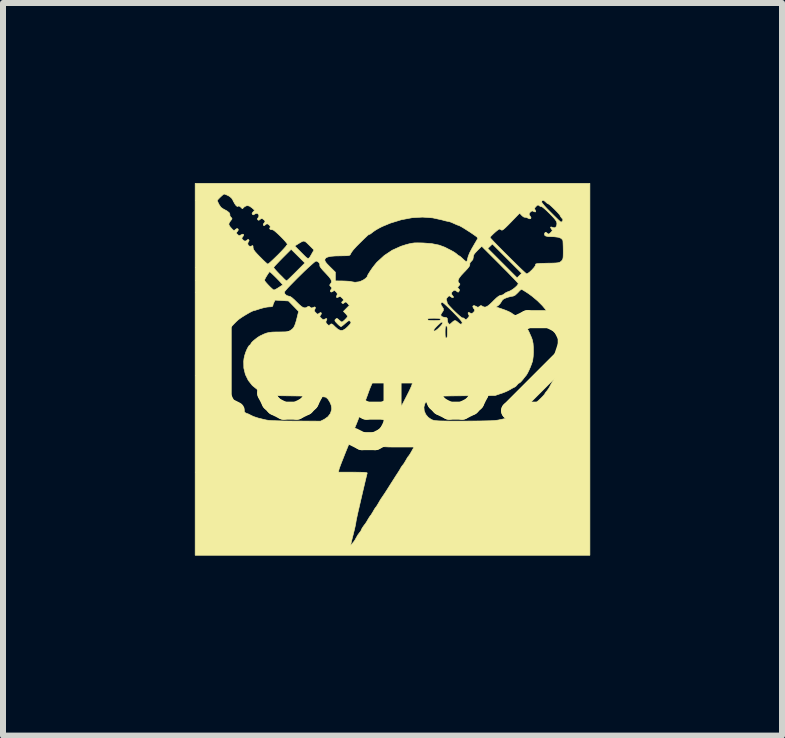
<source format=kicad_pcb>
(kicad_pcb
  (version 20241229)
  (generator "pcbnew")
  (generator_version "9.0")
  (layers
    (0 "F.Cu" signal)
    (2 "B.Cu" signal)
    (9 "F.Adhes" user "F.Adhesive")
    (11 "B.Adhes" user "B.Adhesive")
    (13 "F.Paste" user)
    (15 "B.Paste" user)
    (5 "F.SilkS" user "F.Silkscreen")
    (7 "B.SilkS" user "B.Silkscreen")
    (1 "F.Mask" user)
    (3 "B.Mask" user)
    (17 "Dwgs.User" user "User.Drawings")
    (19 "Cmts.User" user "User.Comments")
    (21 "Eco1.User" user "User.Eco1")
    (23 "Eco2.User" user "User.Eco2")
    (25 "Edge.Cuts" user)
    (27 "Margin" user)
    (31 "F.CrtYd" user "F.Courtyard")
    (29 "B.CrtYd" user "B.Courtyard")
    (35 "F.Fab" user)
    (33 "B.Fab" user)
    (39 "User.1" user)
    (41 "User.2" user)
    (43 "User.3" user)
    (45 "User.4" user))
  (footprint "logo2"
    (layer "F.Cu")
    (at 3.491 3.104)
    (property "Reference" "logo2" (at 0 0 0) (layer "F.SilkS") (effects (font (size 1.524 1.524) (thickness 0.3))))
    (attr through_hole)
    (fp_poly (pts (xy 3.289 3.099) (xy -3.289 3.099) (xy -3.289 1.714) (xy -0.902 1.714) (xy -0.659 1.714) (xy -0.572 1.715) (xy -0.507 1.716) (xy -0.462 1.718) (xy -0.435 1.722) (xy -0.423 1.726) (xy -0.422 1.73) (xy -0.427 1.748) (xy -0.436 1.785) (xy -0.449 1.838) (xy -0.464 1.903) (xy -0.475 1.949) (xy -0.496 2.038) (xy -0.519 2.137) (xy -0.542 2.236) (xy -0.562 2.323) (xy -0.566 2.338) (xy -0.581 2.405) (xy -0.594 2.465) (xy -0.604 2.512) (xy -0.609 2.542) (xy -0.61 2.549) (xy -0.613 2.57) (xy -0.621 2.61) (xy -0.633 2.664) (xy -0.649 2.728) (xy -0.654 2.749) (xy -0.673 2.823) (xy -0.686 2.876) (xy -0.693 2.909) (xy -0.696 2.927) (xy -0.694 2.932) (xy -0.687 2.926) (xy -0.679 2.915) (xy -0.656 2.885) (xy -0.642 2.868) (xy -0.625 2.842) (xy -0.606 2.808) (xy -0.604 2.805) (xy -0.581 2.764) (xy -0.553 2.726) (xy -0.552 2.725) (xy -0.532 2.699) (xy -0.521 2.68) (xy -0.521 2.677) (xy -0.514 2.661) (xy -0.498 2.634) (xy -0.478 2.605) (xy -0.461 2.583) (xy -0.457 2.578) (xy -0.447 2.564) (xy -0.429 2.536) (xy -0.413 2.508) (xy -0.392 2.473) (xy -0.375 2.447) (xy -0.368 2.438) (xy -0.357 2.425) (xy -0.339 2.395) (xy -0.323 2.369) (xy -0.303 2.333) (xy -0.286 2.307) (xy -0.279 2.299) (xy -0.268 2.285) (xy -0.25 2.256) (xy -0.234 2.229) (xy -0.21 2.187) (xy -0.186 2.149) (xy -0.175 2.134) (xy -0.157 2.107) (xy -0.13 2.067) (xy -0.101 2.022) (xy -0.099 2.019) (xy -0.039 1.924) (xy 0.012 1.844) (xy 0.057 1.773) (xy 0.079 1.74) (xy 0.105 1.699) (xy 0.127 1.663) (xy 0.138 1.642) (xy 0.157 1.613) (xy 0.169 1.598) (xy 0.185 1.578) (xy 0.206 1.544) (xy 0.222 1.517) (xy 0.242 1.482) (xy 0.259 1.456) (xy 0.266 1.448) (xy 0.277 1.434) (xy 0.296 1.405) (xy 0.317 1.368) (xy 0.358 1.295) (xy 0.084 1.295) (xy 0.003 1.295) (xy -0.068 1.294) (xy -0.126 1.291) (xy -0.167 1.289) (xy -0.189 1.286) (xy -0.191 1.284) (xy -0.185 1.269) (xy -0.168 1.233) (xy -0.14 1.175) (xy -0.1 1.096) (xy -0.048 0.995) (xy 0.016 0.871) (xy 0.019 0.864) (xy 0.038 0.827) (xy 0.054 0.797) (xy 0.055 0.794) (xy 0.066 0.772) (xy 0.086 0.734) (xy 0.111 0.686) (xy 0.131 0.648) (xy 0.14 0.63) (xy 0.523 0.63) (xy 0.528 0.69) (xy 0.552 0.749) (xy 0.594 0.8) (xy 0.649 0.838) (xy 0.653 0.839) (xy 0.668 0.845) (xy 0.685 0.85) (xy 0.707 0.854) (xy 0.737 0.857) (xy 0.777 0.86) (xy 0.83 0.861) (xy 0.898 0.862) (xy 0.985 0.863) (xy 1.092 0.863) (xy 1.187 0.863) (xy 1.334 0.862) (xy 1.457 0.861) (xy 1.557 0.859) (xy 1.638 0.857) (xy 1.699 0.853) (xy 1.744 0.848) (xy 1.759 0.846) (xy 1.83 0.831) (xy 1.901 0.814) (xy 1.967 0.795) (xy 2.023 0.778) (xy 2.062 0.762) (xy 2.075 0.755) (xy 2.102 0.741) (xy 2.119 0.737) (xy 2.143 0.729) (xy 2.184 0.707) (xy 2.239 0.671) (xy 2.306 0.625) (xy 2.315 0.619) (xy 2.349 0.592) (xy 2.391 0.557) (xy 2.434 0.518) (xy 2.475 0.479) (xy 2.509 0.444) (xy 2.532 0.418) (xy 2.54 0.404) (xy 2.548 0.39) (xy 2.567 0.366) (xy 2.571 0.362) (xy 2.597 0.327) (xy 2.621 0.287) (xy 2.623 0.282) (xy 2.646 0.239) (xy 2.671 0.194) (xy 2.675 0.188) (xy 2.698 0.145) (xy 2.715 0.1) (xy 2.717 0.093) (xy 2.726 0.056) (xy 2.74 0.006) (xy 2.755 -0.048) (xy 2.755 -0.049) (xy 2.782 -0.181) (xy 2.791 -0.312) (xy 2.783 -0.432) (xy 2.767 -0.513) (xy 2.746 -0.598) (xy 2.722 -0.68) (xy 2.696 -0.752) (xy 2.671 -0.807) (xy 2.668 -0.812) (xy 2.645 -0.853) (xy 2.623 -0.89) (xy 2.616 -0.903) (xy 2.565 -0.98) (xy 2.497 -1.061) (xy 2.417 -1.141) (xy 2.33 -1.214) (xy 2.271 -1.258) (xy 2.224 -1.289) (xy 2.184 -1.314) (xy 2.157 -1.329) (xy 2.148 -1.334) (xy 2.135 -1.325) (xy 2.111 -1.302) (xy 2.087 -1.276) (xy 2.044 -1.236) (xy 2.011 -1.22) (xy 2.005 -1.219) (xy 1.976 -1.215) (xy 1.934 -1.204) (xy 1.905 -1.195) (xy 1.86 -1.177) (xy 1.832 -1.156) (xy 1.814 -1.127) (xy 1.79 -1.091) (xy 1.761 -1.063) (xy 1.758 -1.061) (xy 1.724 -1.039) (xy 1.834 -1.002) (xy 1.889 -0.982) (xy 1.94 -0.96) (xy 1.978 -0.94) (xy 1.986 -0.934) (xy 2.014 -0.914) (xy 2.035 -0.903) (xy 2.038 -0.902) (xy 2.054 -0.894) (xy 2.075 -0.876) (xy 2.104 -0.849) (xy 2.134 -0.821) (xy 2.206 -0.738) (xy 2.268 -0.637) (xy 2.318 -0.524) (xy 2.331 -0.485) (xy 2.342 -0.431) (xy 2.347 -0.362) (xy 2.348 -0.286) (xy 2.344 -0.212) (xy 2.336 -0.15) (xy 2.332 -0.133) (xy 2.317 -0.089) (xy 2.297 -0.037) (xy 2.274 0.015) (xy 2.252 0.06) (xy 2.234 0.091) (xy 2.23 0.097) (xy 2.215 0.115) (xy 2.191 0.145) (xy 2.172 0.17) (xy 2.145 0.201) (xy 2.122 0.223) (xy 2.112 0.228) (xy 2.094 0.238) (xy 2.076 0.26) (xy 2.052 0.286) (xy 2.03 0.299) (xy 2.002 0.312) (xy 1.968 0.332) (xy 1.961 0.336) (xy 1.929 0.354) (xy 1.881 0.376) (xy 1.827 0.397) (xy 1.813 0.401) (xy 1.708 0.437) (xy 1.2 0.441) (xy 1.088 0.442) (xy 0.983 0.443) (xy 0.888 0.445) (xy 0.806 0.446) (xy 0.74 0.448) (xy 0.693 0.449) (xy 0.667 0.451) (xy 0.664 0.451) (xy 0.63 0.468) (xy 0.592 0.501) (xy 0.557 0.543) (xy 0.539 0.572) (xy 0.523 0.63) (xy 0.14 0.63) (xy 0.189 0.536) (xy 0.236 0.445) (xy 0.272 0.374) (xy 0.298 0.32) (xy 0.314 0.283) (xy 0.323 0.26) (xy 0.323 0.259) (xy 0.331 0.229) (xy -0.338 0.229) (xy -0.362 0.283) (xy -0.379 0.324) (xy -0.399 0.377) (xy -0.414 0.42) (xy -0.435 0.477) (xy -0.46 0.541) (xy -0.481 0.59) (xy -0.5 0.634) (xy -0.514 0.669) (xy -0.52 0.69) (xy -0.521 0.691) (xy -0.523 0.703) (xy -0.531 0.727) (xy -0.545 0.766) (xy -0.567 0.822) (xy -0.596 0.896) (xy -0.635 0.991) (xy -0.647 1.022) (xy -0.668 1.074) (xy -0.685 1.121) (xy -0.697 1.156) (xy -0.699 1.162) (xy -0.708 1.192) (xy -0.724 1.236) (xy -0.744 1.288) (xy -0.75 1.302) (xy -0.792 1.406) (xy -0.825 1.49) (xy -0.851 1.555) (xy -0.87 1.605) (xy -0.883 1.641) (xy -0.891 1.665) (xy -0.894 1.68) (xy -0.902 1.714) (xy -3.289 1.714) (xy -3.289 -0.298) (xy -2.915 -0.298) (xy -2.915 0.108) (xy -2.861 0.241) (xy -2.838 0.294) (xy -2.819 0.339) (xy -2.804 0.369) (xy -2.797 0.38) (xy -2.785 0.394) (xy -2.765 0.422) (xy -2.75 0.444) (xy -2.721 0.482) (xy -2.68 0.526) (xy -2.633 0.574) (xy -2.582 0.622) (xy -2.531 0.665) (xy -2.486 0.701) (xy -2.449 0.726) (xy -2.425 0.737) (xy -2.424 0.737) (xy -2.405 0.743) (xy -2.375 0.758) (xy -2.368 0.762) (xy -2.316 0.787) (xy -2.24 0.812) (xy -2.139 0.837) (xy -2.102 0.845) (xy -2.062 0.851) (xy -2 0.855) (xy -1.915 0.858) (xy -1.806 0.861) (xy -1.672 0.862) (xy -1.612 0.862) (xy -1.199 0.864) (xy -1.135 0.832) (xy -1.076 0.79) (xy -1.035 0.736) (xy -1.015 0.672) (xy -1.014 0.644) (xy -1.023 0.596) (xy -1.045 0.545) (xy -1.074 0.499) (xy -1.105 0.469) (xy -1.108 0.467) (xy -1.124 0.462) (xy -1.155 0.458) (xy -1.203 0.455) (xy -1.27 0.451) (xy -1.357 0.449) (xy -1.466 0.446) (xy -1.587 0.444) (xy -2.038 0.438) (xy -2.143 0.396) (xy -2.248 0.341) (xy -2.336 0.27) (xy -2.404 0.184) (xy -2.452 0.086) (xy -2.478 -0.021) (xy -2.48 -0.135) (xy -2.475 -0.18) (xy -2.464 -0.23) (xy -2.447 -0.283) (xy -2.426 -0.333) (xy -2.405 -0.373) (xy -2.386 -0.4) (xy -2.374 -0.406) (xy -2.363 -0.417) (xy -2.362 -0.423) (xy -2.352 -0.441) (xy -2.327 -0.468) (xy -2.291 -0.498) (xy -2.251 -0.529) (xy -2.212 -0.554) (xy -2.197 -0.561) (xy -2.143 -0.587) (xy -2.098 -0.604) (xy -2.055 -0.614) (xy -2.005 -0.62) (xy -1.943 -0.622) (xy -1.896 -0.622) (xy 0.876 -0.622) (xy 0.877 -0.57) (xy 0.88 -0.539) (xy 0.887 -0.524) (xy 0.895 -0.521) (xy 0.905 -0.525) (xy 0.911 -0.543) (xy 0.914 -0.577) (xy 0.914 -0.622) (xy 0.914 -0.674) (xy 0.91 -0.706) (xy 0.904 -0.721) (xy 0.895 -0.724) (xy 0.886 -0.719) (xy 0.88 -0.702) (xy 0.877 -0.667) (xy 0.876 -0.622) (xy -1.896 -0.622) (xy -1.829 -0.623) (xy -1.783 -0.624) (xy -1.751 -0.628) (xy -1.727 -0.634) (xy -1.707 -0.645) (xy -1.688 -0.657) (xy -1.665 -0.676) (xy -1.647 -0.697) (xy -1.632 -0.726) (xy -1.617 -0.766) (xy -1.6 -0.823) (xy -1.583 -0.892) (xy -1.565 -0.965) (xy -1.649 -1.052) (xy -1.734 -1.139) (xy -1.845 -1.146) (xy -1.957 -1.153) (xy -1.975 -1.117) (xy -1.989 -1.085) (xy -1.994 -1.061) (xy -2.001 -1.048) (xy -2.024 -1.042) (xy -2.052 -1.041) (xy -2.093 -1.037) (xy -2.147 -1.026) (xy -2.202 -1.011) (xy -2.205 -1.01) (xy -2.251 -0.995) (xy -2.288 -0.983) (xy -2.31 -0.978) (xy -2.312 -0.978) (xy -2.331 -0.971) (xy -2.366 -0.954) (xy -2.411 -0.929) (xy -2.46 -0.9) (xy -2.508 -0.87) (xy -2.549 -0.842) (xy -2.57 -0.826) (xy -2.606 -0.793) (xy -2.651 -0.747) (xy -2.697 -0.697) (xy -2.737 -0.65) (xy -2.754 -0.629) (xy -2.786 -0.583) (xy -2.812 -0.538) (xy -2.838 -0.485) (xy -2.866 -0.419) (xy -2.915 -0.298) (xy -3.289 -0.298) (xy -3.289 -1.284) (xy -1.803 -1.284) (xy -1.792 -1.254) (xy -1.765 -1.23) (xy -1.731 -1.219) (xy -1.728 -1.219) (xy -1.705 -1.213) (xy -1.675 -1.193) (xy -1.634 -1.157) (xy -1.606 -1.129) (xy -1.554 -1.078) (xy -1.514 -1.044) (xy -1.482 -1.027) (xy -1.456 -1.023) (xy -1.432 -1.032) (xy -1.426 -1.036) (xy -1.402 -1.049) (xy -1.386 -1.046) (xy -1.372 -1.035) (xy -1.35 -1.021) (xy -1.328 -1.027) (xy -1.323 -1.031) (xy -1.296 -1.04) (xy -1.285 -1.03) (xy -1.291 -1.005) (xy -1.294 -1.001) (xy -1.303 -0.981) (xy -1.297 -0.963) (xy -1.279 -0.943) (xy -1.256 -0.922) (xy -1.242 -0.919) (xy -1.226 -0.931) (xy -1.225 -0.932) (xy -1.202 -0.946) (xy -1.187 -0.94) (xy -1.187 -0.922) (xy -1.198 -0.904) (xy -1.211 -0.887) (xy -1.208 -0.873) (xy -1.188 -0.852) (xy -1.187 -0.85) (xy -1.163 -0.831) (xy -1.144 -0.829) (xy -1.129 -0.836) (xy -1.103 -0.847) (xy -1.093 -0.838) (xy -1.102 -0.813) (xy -1.103 -0.811) (xy -1.112 -0.79) (xy -1.105 -0.771) (xy -1.091 -0.754) (xy -1.07 -0.735) (xy -1.056 -0.732) (xy -1.039 -0.745) (xy -1.025 -0.756) (xy -1.012 -0.756) (xy -0.993 -0.744) (xy -0.964 -0.716) (xy -0.955 -0.707) (xy -0.908 -0.666) (xy -0.867 -0.647) (xy -0.828 -0.65) (xy -0.826 -0.651) (xy 0.686 -0.651) (xy 0.693 -0.636) (xy 0.714 -0.642) (xy 0.749 -0.668) (xy 0.777 -0.695) (xy 0.816 -0.737) (xy 0.836 -0.767) (xy 0.835 -0.784) (xy 0.823 -0.787) (xy 0.805 -0.779) (xy 0.778 -0.756) (xy 0.746 -0.726) (xy 0.716 -0.695) (xy 0.694 -0.668) (xy 0.686 -0.651) (xy -0.826 -0.651) (xy -0.785 -0.675) (xy -0.746 -0.711) (xy -0.713 -0.746) (xy -0.696 -0.768) (xy -0.693 -0.784) (xy -0.698 -0.794) (xy -0.714 -0.808) (xy -0.73 -0.81) (xy -0.751 -0.797) (xy -0.785 -0.769) (xy -0.792 -0.762) (xy -0.824 -0.735) (xy -0.849 -0.716) (xy -0.859 -0.711) (xy -0.874 -0.72) (xy -0.9 -0.741) (xy -0.921 -0.762) (xy -0.949 -0.792) (xy -0.96 -0.81) (xy -0.959 -0.823) (xy -0.949 -0.834) (xy -0.934 -0.847) (xy -0.919 -0.845) (xy -0.898 -0.828) (xy -0.892 -0.822) (xy -0.866 -0.8) (xy -0.847 -0.788) (xy -0.844 -0.787) (xy -0.828 -0.796) (xy -0.803 -0.817) (xy -0.788 -0.832) (xy 0.584 -0.832) (xy 0.589 -0.822) (xy 0.606 -0.816) (xy 0.639 -0.814) (xy 0.692 -0.813) (xy 0.746 -0.814) (xy 0.779 -0.817) (xy 0.796 -0.822) (xy 0.8 -0.832) (xy 0.795 -0.841) (xy 0.779 -0.847) (xy 0.745 -0.85) (xy 0.692 -0.851) (xy 0.638 -0.85) (xy 0.605 -0.847) (xy 0.589 -0.841) (xy 0.584 -0.832) (xy -0.788 -0.832) (xy -0.777 -0.843) (xy -0.756 -0.867) (xy -0.749 -0.881) (xy -0.757 -0.898) (xy -0.769 -0.913) (xy 0.805 -0.913) (xy 0.81 -0.888) (xy 0.838 -0.871) (xy 0.868 -0.866) (xy 0.899 -0.861) (xy 0.912 -0.849) (xy 0.914 -0.823) (xy 0.914 -0.821) (xy 0.92 -0.784) (xy 0.936 -0.758) (xy 0.953 -0.749) (xy 0.966 -0.758) (xy 0.988 -0.778) (xy 0.991 -0.781) (xy 1.017 -0.803) (xy 1.04 -0.813) (xy 1.041 -0.813) (xy 1.064 -0.804) (xy 1.09 -0.783) (xy 1.092 -0.781) (xy 1.124 -0.755) (xy 1.147 -0.752) (xy 1.161 -0.771) (xy 1.159 -0.784) (xy 1.145 -0.807) (xy 1.116 -0.841) (xy 1.072 -0.888) (xy 1.011 -0.951) (xy 1.007 -0.955) (xy 0.954 -1.007) (xy 0.907 -1.052) (xy 0.868 -1.088) (xy 0.841 -1.11) (xy 0.828 -1.118) (xy 0.809 -1.108) (xy 0.805 -1.086) (xy 0.816 -1.059) (xy 0.824 -1.049) (xy 0.847 -1.013) (xy 0.846 -0.977) (xy 0.823 -0.943) (xy 0.805 -0.913) (xy -0.769 -0.913) (xy -0.777 -0.923) (xy -0.784 -0.93) (xy -0.818 -0.965) (xy -0.719 -1.066) (xy -0.749 -1.098) (xy -0.77 -1.119) (xy -0.785 -1.122) (xy -0.802 -1.109) (xy -0.803 -1.109) (xy -0.824 -1.095) (xy -0.841 -1.102) (xy -0.841 -1.103) (xy -0.848 -1.118) (xy -0.832 -1.135) (xy -0.831 -1.136) (xy -0.816 -1.149) (xy -0.816 -1.156) (xy 0.896 -1.156) (xy 0.901 -1.144) (xy 0.91 -1.119) (xy 0.909 -1.107) (xy 0.915 -1.094) (xy 0.936 -1.068) (xy 0.968 -1.034) (xy 1.006 -0.994) (xy 1.048 -0.953) (xy 1.089 -0.915) (xy 1.125 -0.883) (xy 1.152 -0.862) (xy 1.166 -0.856) (xy 1.166 -0.856) (xy 1.184 -0.855) (xy 1.196 -0.845) (xy 1.213 -0.83) (xy 1.228 -0.83) (xy 1.249 -0.848) (xy 1.256 -0.856) (xy 1.275 -0.88) (xy 1.276 -0.898) (xy 1.268 -0.912) (xy 1.258 -0.938) (xy 1.267 -0.948) (xy 1.292 -0.939) (xy 1.293 -0.938) (xy 1.316 -0.929) (xy 1.336 -0.938) (xy 1.345 -0.946) (xy 1.368 -0.972) (xy 1.367 -0.995) (xy 1.35 -1.018) (xy 1.337 -1.043) (xy 1.343 -1.058) (xy 1.363 -1.061) (xy 1.391 -1.049) (xy 1.416 -1.035) (xy 1.432 -1.036) (xy 1.448 -1.048) (xy 1.467 -1.061) (xy 1.484 -1.059) (xy 1.502 -1.048) (xy 1.527 -1.037) (xy 1.552 -1.038) (xy 1.582 -1.052) (xy 1.62 -1.081) (xy 1.669 -1.128) (xy 1.682 -1.142) (xy 1.73 -1.188) (xy 1.766 -1.217) (xy 1.792 -1.23) (xy 1.804 -1.232) (xy 1.838 -1.241) (xy 1.861 -1.257) (xy 1.888 -1.277) (xy 1.926 -1.294) (xy 1.936 -1.296) (xy 1.968 -1.311) (xy 2.007 -1.335) (xy 2.045 -1.365) (xy 2.076 -1.395) (xy 2.093 -1.42) (xy 2.095 -1.428) (xy 2.087 -1.44) (xy 2.062 -1.468) (xy 2.024 -1.509) (xy 1.973 -1.561) (xy 1.913 -1.623) (xy 1.845 -1.691) (xy 1.791 -1.746) (xy 1.523 -2.014) (xy 1.587 -2.014) (xy 2.076 -1.524) (xy 2.114 -1.562) (xy 2.152 -1.6) (xy 1.908 -1.844) (xy 1.664 -2.088) (xy 1.626 -2.051) (xy 1.587 -2.014) (xy 1.523 -2.014) (xy 1.486 -2.051) (xy 1.416 -1.981) (xy 1.379 -1.942) (xy 1.357 -1.913) (xy 1.348 -1.888) (xy 1.346 -1.869) (xy 1.338 -1.828) (xy 1.313 -1.8) (xy 1.289 -1.773) (xy 1.288 -1.748) (xy 1.286 -1.732) (xy 1.274 -1.709) (xy 1.248 -1.676) (xy 1.206 -1.631) (xy 1.193 -1.618) (xy 1.141 -1.562) (xy 1.108 -1.518) (xy 1.093 -1.484) (xy 1.094 -1.458) (xy 1.11 -1.436) (xy 1.112 -1.435) (xy 1.123 -1.421) (xy 1.118 -1.406) (xy 1.105 -1.391) (xy 1.088 -1.37) (xy 1.089 -1.356) (xy 1.098 -1.347) (xy 1.115 -1.328) (xy 1.113 -1.308) (xy 1.105 -1.296) (xy 1.094 -1.285) (xy 1.079 -1.292) (xy 1.067 -1.302) (xy 1.042 -1.318) (xy 1.02 -1.313) (xy 1.019 -1.313) (xy 0.988 -1.285) (xy 0.982 -1.256) (xy 0.994 -1.235) (xy 1.011 -1.214) (xy 1.016 -1.202) (xy 1.007 -1.194) (xy 0.987 -1.199) (xy 0.965 -1.213) (xy 0.949 -1.224) (xy 0.933 -1.219) (xy 0.916 -1.201) (xy 0.897 -1.177) (xy 0.896 -1.156) (xy -0.816 -1.156) (xy -0.816 -1.161) (xy -0.832 -1.18) (xy -0.84 -1.188) (xy -0.864 -1.209) (xy -0.881 -1.213) (xy -0.899 -1.205) (xy -0.925 -1.195) (xy -0.936 -1.204) (xy -0.928 -1.23) (xy -0.927 -1.232) (xy -0.92 -1.255) (xy -0.928 -1.275) (xy -0.941 -1.29) (xy -0.962 -1.31) (xy -0.976 -1.312) (xy -0.993 -1.299) (xy -1.018 -1.287) (xy -1.034 -1.293) (xy -1.036 -1.312) (xy -1.024 -1.331) (xy -1.011 -1.35) (xy -1.015 -1.364) (xy -1.029 -1.378) (xy -1.046 -1.397) (xy -1.044 -1.412) (xy -1.035 -1.422) (xy -1.02 -1.446) (xy -1.017 -1.471) (xy -1.029 -1.502) (xy -1.058 -1.541) (xy -1.104 -1.591) (xy -1.118 -1.606) (xy -1.166 -1.657) (xy -1.196 -1.694) (xy -1.211 -1.719) (xy -1.212 -1.732) (xy -1.213 -1.758) (xy -1.232 -1.784) (xy -1.26 -1.801) (xy -1.275 -1.803) (xy -1.291 -1.795) (xy -1.321 -1.77) (xy -1.363 -1.733) (xy -1.414 -1.687) (xy -1.471 -1.633) (xy -1.531 -1.574) (xy -1.591 -1.515) (xy -1.649 -1.456) (xy -1.702 -1.402) (xy -1.747 -1.355) (xy -1.78 -1.317) (xy -1.8 -1.292) (xy -1.803 -1.284) (xy -3.289 -1.284) (xy -3.289 -1.483) (xy -2.134 -1.483) (xy -2.125 -1.467) (xy -2.103 -1.44) (xy -2.073 -1.407) (xy -2.04 -1.373) (xy -2.009 -1.344) (xy -1.985 -1.325) (xy -1.976 -1.321) (xy -1.96 -1.327) (xy -1.929 -1.343) (xy -1.9 -1.361) (xy -1.865 -1.384) (xy -1.839 -1.4) (xy -1.829 -1.406) (xy -1.835 -1.416) (xy -1.856 -1.439) (xy -1.886 -1.472) (xy -1.922 -1.509) (xy -1.96 -1.547) (xy -1.996 -1.582) (xy -2.025 -1.609) (xy -2.043 -1.624) (xy -2.047 -1.626) (xy -2.058 -1.616) (xy -2.076 -1.59) (xy -2.097 -1.557) (xy -2.117 -1.523) (xy -2.13 -1.495) (xy -2.134 -1.483) (xy -3.289 -1.483) (xy -3.289 -1.696) (xy -1.981 -1.696) (xy -1.973 -1.683) (xy -1.951 -1.657) (xy -1.919 -1.622) (xy -1.882 -1.583) (xy -1.843 -1.545) (xy -1.809 -1.51) (xy -1.782 -1.485) (xy -1.767 -1.474) (xy -1.765 -1.473) (xy -1.755 -1.482) (xy -1.729 -1.505) (xy -1.692 -1.541) (xy -1.646 -1.586) (xy -1.609 -1.623) (xy -1.46 -1.772) (xy -1.516 -1.828) (xy -1.128 -1.828) (xy -1.126 -1.808) (xy -1.114 -1.785) (xy -1.089 -1.755) (xy -1.048 -1.713) (xy -1.042 -1.707) (xy -0.953 -1.619) (xy -0.953 -1.473) (xy -0.835 -1.472) (xy -0.779 -1.47) (xy -0.73 -1.467) (xy -0.695 -1.463) (xy -0.686 -1.46) (xy -0.625 -1.45) (xy -0.561 -1.458) (xy -0.532 -1.467) (xy -0.489 -1.487) (xy -0.452 -1.512) (xy -0.426 -1.537) (xy -0.419 -1.553) (xy -0.412 -1.572) (xy -0.392 -1.605) (xy -0.365 -1.647) (xy -0.333 -1.693) (xy -0.299 -1.737) (xy -0.269 -1.774) (xy -0.259 -1.785) (xy -0.138 -1.896) (xy -0.006 -1.984) (xy 0.14 -2.05) (xy 0.221 -2.076) (xy 0.277 -2.091) (xy 0.321 -2.1) (xy 0.364 -2.106) (xy 0.412 -2.107) (xy 0.473 -2.106) (xy 0.513 -2.105) (xy 0.655 -2.094) (xy 0.775 -2.07) (xy 0.872 -2.034) (xy 0.88 -2.03) (xy 0.903 -2.018) (xy 0.94 -1.999) (xy 0.976 -1.981) (xy 1.019 -1.957) (xy 1.055 -1.933) (xy 1.073 -1.918) (xy 1.094 -1.899) (xy 1.108 -1.892) (xy 1.123 -1.884) (xy 1.149 -1.862) (xy 1.171 -1.841) (xy 1.201 -1.814) (xy 1.224 -1.795) (xy 1.232 -1.791) (xy 1.24 -1.802) (xy 1.249 -1.83) (xy 1.251 -1.844) (xy 1.263 -1.887) (xy 1.285 -1.941) (xy 1.32 -2.008) (xy 1.369 -2.093) (xy 1.379 -2.11) (xy 1.401 -2.147) (xy 1.417 -2.176) (xy 1.422 -2.188) (xy 1.414 -2.197) (xy 1.626 -2.197) (xy 1.634 -2.185) (xy 1.659 -2.158) (xy 1.696 -2.118) (xy 1.744 -2.069) (xy 1.8 -2.012) (xy 1.861 -1.95) (xy 1.926 -1.886) (xy 1.99 -1.822) (xy 2.052 -1.761) (xy 2.109 -1.705) (xy 2.158 -1.658) (xy 2.198 -1.621) (xy 2.224 -1.598) (xy 2.236 -1.59) (xy 2.253 -1.597) (xy 2.283 -1.619) (xy 2.317 -1.651) (xy 2.323 -1.656) (xy 2.361 -1.699) (xy 2.381 -1.729) (xy 2.384 -1.744) (xy 2.384 -1.752) (xy 2.393 -1.757) (xy 2.415 -1.761) (xy 2.453 -1.764) (xy 2.509 -1.766) (xy 2.578 -1.768) (xy 2.654 -1.769) (xy 2.709 -1.771) (xy 2.747 -1.774) (xy 2.773 -1.779) (xy 2.79 -1.786) (xy 2.804 -1.795) (xy 2.812 -1.802) (xy 2.826 -1.817) (xy 2.835 -1.832) (xy 2.841 -1.853) (xy 2.844 -1.886) (xy 2.845 -1.935) (xy 2.845 -1.982) (xy 2.844 -2.043) (xy 2.842 -2.096) (xy 2.84 -2.134) (xy 2.837 -2.152) (xy 2.812 -2.181) (xy 2.765 -2.2) (xy 2.694 -2.209) (xy 2.656 -2.21) (xy 2.593 -2.212) (xy 2.553 -2.221) (xy 2.534 -2.236) (xy 2.533 -2.26) (xy 2.535 -2.265) (xy 2.545 -2.283) (xy 2.56 -2.281) (xy 2.58 -2.266) (xy 2.596 -2.254) (xy 2.611 -2.257) (xy 2.633 -2.276) (xy 2.636 -2.279) (xy 2.657 -2.302) (xy 2.662 -2.317) (xy 2.651 -2.333) (xy 2.647 -2.338) (xy 2.633 -2.362) (xy 2.639 -2.373) (xy 2.661 -2.368) (xy 2.669 -2.364) (xy 2.698 -2.357) (xy 2.723 -2.371) (xy 2.737 -2.401) (xy 2.739 -2.435) (xy 2.734 -2.457) (xy 2.72 -2.482) (xy 2.696 -2.513) (xy 2.658 -2.554) (xy 2.615 -2.598) (xy 2.57 -2.642) (xy 2.53 -2.678) (xy 2.5 -2.702) (xy 2.482 -2.712) (xy 2.48 -2.712) (xy 2.46 -2.715) (xy 2.444 -2.727) (xy 2.429 -2.738) (xy 2.414 -2.735) (xy 2.392 -2.715) (xy 2.371 -2.691) (xy 2.368 -2.674) (xy 2.376 -2.657) (xy 2.387 -2.631) (xy 2.378 -2.621) (xy 2.354 -2.629) (xy 2.351 -2.631) (xy 2.329 -2.64) (xy 2.309 -2.631) (xy 2.299 -2.623) (xy 2.277 -2.597) (xy 2.278 -2.574) (xy 2.295 -2.55) (xy 2.308 -2.526) (xy 2.302 -2.51) (xy 2.281 -2.508) (xy 2.256 -2.519) (xy 2.227 -2.532) (xy 2.207 -2.533) (xy 2.188 -2.537) (xy 2.162 -2.556) (xy 2.154 -2.564) (xy 2.118 -2.602) (xy 1.974 -2.453) (xy 1.919 -2.397) (xy 1.878 -2.357) (xy 1.849 -2.332) (xy 1.83 -2.32) (xy 1.818 -2.319) (xy 1.815 -2.321) (xy 1.791 -2.335) (xy 1.781 -2.337) (xy 1.765 -2.329) (xy 1.737 -2.308) (xy 1.704 -2.28) (xy 1.671 -2.249) (xy 1.643 -2.221) (xy 1.627 -2.202) (xy 1.626 -2.197) (xy 1.414 -2.197) (xy 1.412 -2.2) (xy 1.385 -2.221) (xy 1.345 -2.249) (xy 1.297 -2.282) (xy 1.245 -2.315) (xy 1.195 -2.347) (xy 1.15 -2.374) (xy 1.116 -2.392) (xy 1.096 -2.4) (xy 1.095 -2.4) (xy 1.079 -2.405) (xy 1.047 -2.419) (xy 1.018 -2.432) (xy 0.978 -2.45) (xy 0.945 -2.461) (xy 0.93 -2.464) (xy 0.907 -2.468) (xy 0.868 -2.477) (xy 0.826 -2.489) (xy 0.667 -2.524) (xy 0.5 -2.536) (xy 0.326 -2.526) (xy 0.146 -2.492) (xy -0.036 -2.436) (xy -0.171 -2.38) (xy -0.222 -2.354) (xy -0.275 -2.324) (xy -0.321 -2.293) (xy -0.346 -2.273) (xy -0.37 -2.255) (xy -0.385 -2.248) (xy -0.392 -2.247) (xy -0.401 -2.242) (xy -0.416 -2.23) (xy -0.439 -2.208) (xy -0.474 -2.175) (xy -0.523 -2.127) (xy -0.533 -2.117) (xy -0.602 -2.048) (xy -0.652 -1.993) (xy -0.685 -1.949) (xy -0.7 -1.921) (xy -0.706 -1.909) (xy -0.715 -1.901) (xy -0.734 -1.896) (xy -0.765 -1.893) (xy -0.814 -1.892) (xy -0.86 -1.891) (xy -0.955 -1.889) (xy -1.027 -1.883) (xy -1.078 -1.872) (xy -1.11 -1.857) (xy -1.126 -1.836) (xy -1.128 -1.828) (xy -1.516 -1.828) (xy -1.689 -2) (xy -1.835 -1.854) (xy -1.884 -1.804) (xy -1.926 -1.76) (xy -1.959 -1.725) (xy -1.977 -1.703) (xy -1.981 -1.696) (xy -3.289 -1.696) (xy -3.289 -2.812) (xy -2.921 -2.812) (xy -2.916 -2.799) (xy -2.903 -2.771) (xy -2.893 -2.75) (xy -2.86 -2.7) (xy -2.82 -2.672) (xy -2.76 -2.64) (xy -2.723 -2.611) (xy -2.71 -2.586) (xy -2.711 -2.579) (xy -2.708 -2.553) (xy -2.693 -2.534) (xy -2.677 -2.518) (xy -2.676 -2.505) (xy -2.69 -2.485) (xy -2.699 -2.474) (xy -2.722 -2.441) (xy -2.728 -2.415) (xy -2.715 -2.386) (xy -2.687 -2.353) (xy -2.661 -2.325) (xy -2.645 -2.314) (xy -2.632 -2.317) (xy -2.617 -2.33) (xy -2.594 -2.345) (xy -2.577 -2.341) (xy -2.576 -2.339) (xy -2.569 -2.323) (xy -2.582 -2.301) (xy -2.585 -2.299) (xy -2.6 -2.279) (xy -2.599 -2.264) (xy -2.582 -2.246) (xy -2.562 -2.229) (xy -2.545 -2.229) (xy -2.524 -2.241) (xy -2.495 -2.252) (xy -2.481 -2.245) (xy -2.485 -2.225) (xy -2.496 -2.209) (xy -2.511 -2.189) (xy -2.508 -2.174) (xy -2.496 -2.159) (xy -2.467 -2.137) (xy -2.441 -2.139) (xy -2.425 -2.153) (xy -2.407 -2.165) (xy -2.396 -2.16) (xy -2.39 -2.142) (xy -2.398 -2.131) (xy -2.412 -2.104) (xy -2.409 -2.077) (xy -2.393 -2.056) (xy -2.368 -2.048) (xy -2.348 -2.055) (xy -2.332 -2.063) (xy -2.325 -2.054) (xy -2.324 -2.03) (xy -2.321 -2.011) (xy -2.311 -1.989) (xy -2.291 -1.961) (xy -2.257 -1.923) (xy -2.208 -1.872) (xy -2.207 -1.872) (xy -2.163 -1.827) (xy -2.124 -1.79) (xy -2.095 -1.764) (xy -2.079 -1.753) (xy -2.077 -1.753) (xy -2.065 -1.761) (xy -2.037 -1.785) (xy -1.998 -1.821) (xy -1.951 -1.866) (xy -1.908 -1.908) (xy -1.857 -1.96) (xy -1.813 -2.007) (xy -1.779 -2.045) (xy -1.772 -2.055) (xy -1.629 -2.055) (xy -1.517 -1.942) (xy -1.47 -1.895) (xy -1.437 -1.863) (xy -1.414 -1.849) (xy -1.396 -1.85) (xy -1.379 -1.868) (xy -1.359 -1.901) (xy -1.342 -1.931) (xy -1.309 -1.989) (xy -1.389 -2.069) (xy -1.428 -2.107) (xy -1.455 -2.129) (xy -1.478 -2.137) (xy -1.504 -2.131) (xy -1.539 -2.111) (xy -1.58 -2.086) (xy -1.629 -2.055) (xy -1.772 -2.055) (xy -1.758 -2.072) (xy -1.753 -2.082) (xy -1.761 -2.1) (xy -1.785 -2.129) (xy -1.819 -2.167) (xy -1.859 -2.208) (xy -1.901 -2.249) (xy -1.94 -2.284) (xy -1.972 -2.311) (xy -1.993 -2.324) (xy -1.996 -2.324) (xy -2.031 -2.329) (xy -2.048 -2.341) (xy -2.043 -2.358) (xy -2.036 -2.376) (xy -2.049 -2.398) (xy -2.051 -2.401) (xy -2.08 -2.423) (xy -2.106 -2.42) (xy -2.121 -2.406) (xy -2.14 -2.394) (xy -2.151 -2.399) (xy -2.154 -2.418) (xy -2.14 -2.438) (xy -2.125 -2.458) (xy -2.127 -2.473) (xy -2.14 -2.489) (xy -2.169 -2.511) (xy -2.194 -2.509) (xy -2.21 -2.495) (xy -2.228 -2.483) (xy -2.243 -2.49) (xy -2.253 -2.505) (xy -2.243 -2.521) (xy -2.241 -2.524) (xy -2.226 -2.551) (xy -2.23 -2.576) (xy -2.247 -2.595) (xy -2.272 -2.599) (xy -2.296 -2.587) (xy -2.317 -2.574) (xy -2.334 -2.58) (xy -2.334 -2.581) (xy -2.341 -2.597) (xy -2.329 -2.617) (xy -2.323 -2.623) (xy -2.298 -2.651) (xy -2.343 -2.691) (xy -2.387 -2.721) (xy -2.425 -2.728) (xy -2.461 -2.713) (xy -2.473 -2.703) (xy -2.502 -2.675) (xy -2.532 -2.704) (xy -2.557 -2.722) (xy -2.572 -2.718) (xy -2.572 -2.718) (xy -2.586 -2.712) (xy -2.607 -2.728) (xy -2.632 -2.763) (xy -2.65 -2.798) (xy 2.484 -2.798) (xy 2.486 -2.784) (xy 2.5 -2.762) (xy 2.529 -2.727) (xy 2.572 -2.68) (xy 2.634 -2.618) (xy 2.638 -2.614) (xy 2.69 -2.562) (xy 2.736 -2.517) (xy 2.773 -2.481) (xy 2.798 -2.459) (xy 2.808 -2.451) (xy 2.822 -2.46) (xy 2.832 -2.471) (xy 2.841 -2.488) (xy 2.832 -2.507) (xy 2.821 -2.519) (xy 2.802 -2.543) (xy 2.794 -2.559) (xy 2.794 -2.56) (xy 2.785 -2.574) (xy 2.763 -2.6) (xy 2.73 -2.635) (xy 2.694 -2.672) (xy 2.657 -2.707) (xy 2.625 -2.736) (xy 2.603 -2.753) (xy 2.597 -2.756) (xy 2.579 -2.764) (xy 2.555 -2.785) (xy 2.553 -2.788) (xy 2.521 -2.814) (xy 2.498 -2.816) (xy 2.484 -2.798) (xy -2.65 -2.798) (xy -2.653 -2.805) (xy -2.679 -2.849) (xy -2.711 -2.878) (xy -2.738 -2.894) (xy -2.774 -2.91) (xy -2.8 -2.919) (xy -2.807 -2.921) (xy -2.821 -2.913) (xy -2.845 -2.892) (xy -2.873 -2.866) (xy -2.9 -2.839) (xy -2.917 -2.819) (xy -2.921 -2.812) (xy -3.289 -2.812) (xy -3.289 -3.099) (xy 3.289 -3.099) (xy 3.289 3.099)) (stroke (width 0.01) (type solid)) (fill yes) (layer "F.SilkS")))
  (gr_rect
    (start -3 -3)
    (end 9.981 9.208)
    (stroke (width 0.1) (type default))
    (fill no)
    (layer "Edge.Cuts")))
</source>
